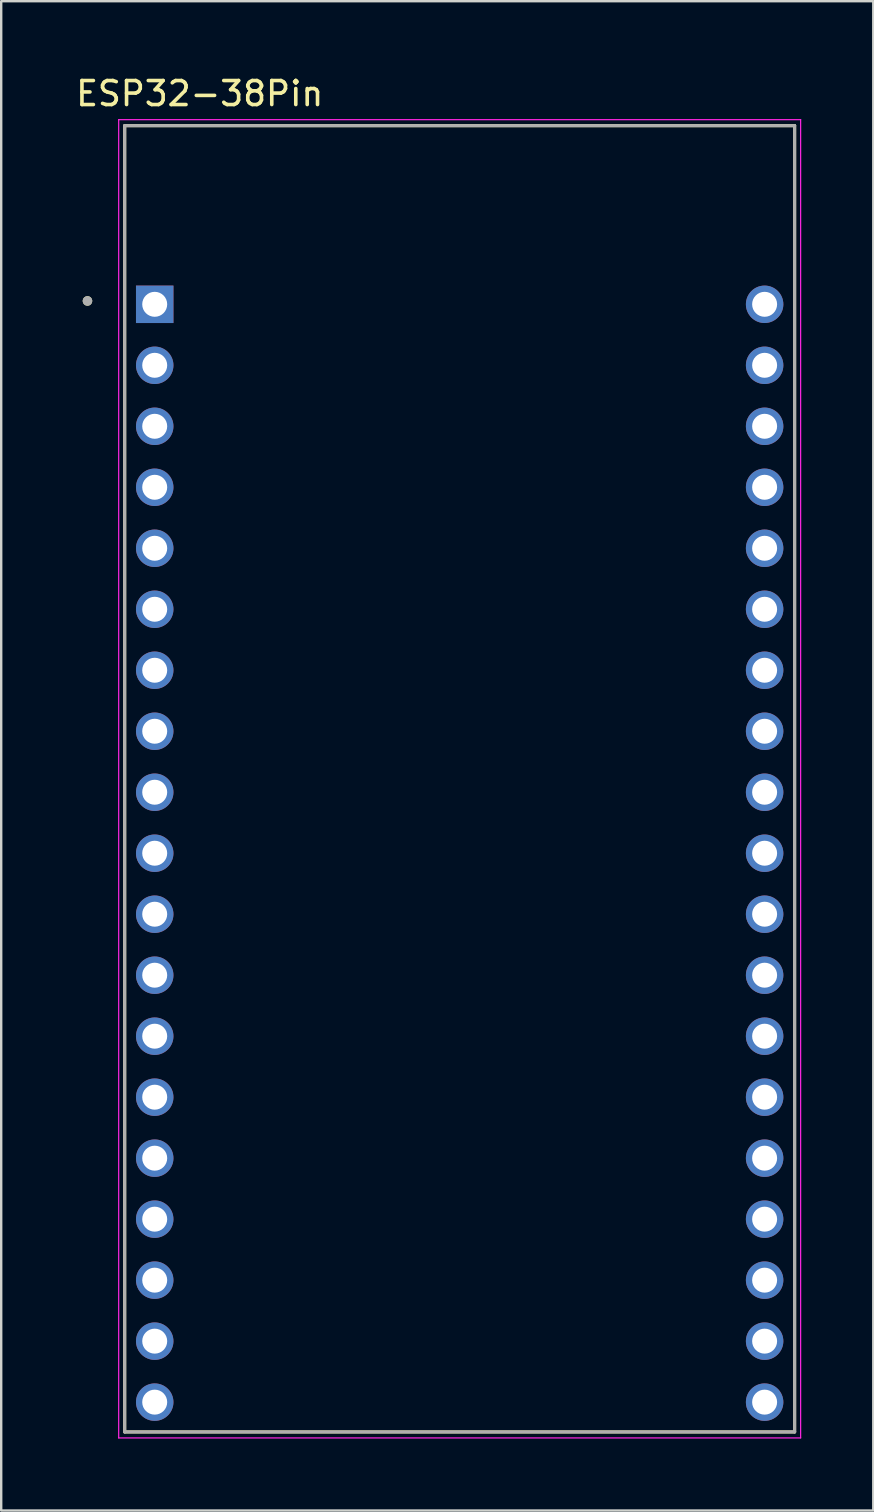
<source format=kicad_pcb>
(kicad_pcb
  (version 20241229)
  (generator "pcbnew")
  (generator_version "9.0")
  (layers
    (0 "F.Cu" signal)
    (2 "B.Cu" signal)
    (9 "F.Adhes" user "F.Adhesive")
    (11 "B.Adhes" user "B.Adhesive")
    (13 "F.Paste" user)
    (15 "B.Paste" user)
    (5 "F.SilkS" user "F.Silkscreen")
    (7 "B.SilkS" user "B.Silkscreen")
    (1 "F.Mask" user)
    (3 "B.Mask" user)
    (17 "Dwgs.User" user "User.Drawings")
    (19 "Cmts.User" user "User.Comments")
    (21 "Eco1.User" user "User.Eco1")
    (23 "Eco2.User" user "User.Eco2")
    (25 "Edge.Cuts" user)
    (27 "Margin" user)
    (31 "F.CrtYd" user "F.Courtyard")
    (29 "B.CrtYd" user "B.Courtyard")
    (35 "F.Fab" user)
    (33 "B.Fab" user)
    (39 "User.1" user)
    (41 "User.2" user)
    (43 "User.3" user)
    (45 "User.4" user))
  (footprint "ESP32-38Pin"
    (layer "F.Cu")
    (at 16.093 32.483)
    (property "Reference" "ESP32-38Pin" (at -10.825 -31.635 0) (layer "F.SilkS") (effects (font (size 1 1) (thickness 0.15))))
    (attr through_hole)
    (fp_line (start -13.95 -30.3) (end 13.95 -30.3) (stroke (width 0.127) (type solid)) (layer "F.SilkS"))
    (fp_line (start -13.95 24.1) (end -13.95 -30.3) (stroke (width 0.127) (type solid)) (layer "F.SilkS"))
    (fp_line (start 13.95 -30.3) (end 13.95 24.1) (stroke (width 0.127) (type solid)) (layer "F.SilkS"))
    (fp_line (start 13.95 24.1) (end -13.95 24.1) (stroke (width 0.127) (type solid)) (layer "F.SilkS"))
    (fp_circle (center -15.5 -23) (end -15.4 -23) (stroke (width 0.2) (type solid)) (fill no) (layer "F.SilkS"))
    (fp_line (start -14.2 -30.55) (end 14.2 -30.55) (stroke (width 0.05) (type solid)) (layer "F.CrtYd"))
    (fp_line (start -14.2 24.35) (end -14.2 -30.55) (stroke (width 0.05) (type solid)) (layer "F.CrtYd"))
    (fp_line (start 14.2 -30.55) (end 14.2 24.35) (stroke (width 0.05) (type solid)) (layer "F.CrtYd"))
    (fp_line (start 14.2 24.35) (end -14.2 24.35) (stroke (width 0.05) (type solid)) (layer "F.CrtYd"))
    (fp_line (start -13.95 -30.3) (end 13.95 -30.3) (stroke (width 0.127) (type solid)) (layer "F.Fab"))
    (fp_line (start -13.95 24.1) (end -13.95 -30.3) (stroke (width 0.127) (type solid)) (layer "F.Fab"))
    (fp_line (start 13.95 -30.3) (end 13.95 24.1) (stroke (width 0.127) (type solid)) (layer "F.Fab"))
    (fp_line (start 13.95 24.1) (end -13.95 24.1) (stroke (width 0.127) (type solid)) (layer "F.Fab"))
    (fp_circle (center -15.5 -23) (end -15.4 -23) (stroke (width 0.2) (type solid)) (fill no) (layer "F.Fab"))
    (pad "1" thru_hole rect (at -12.7 -22.86) (size 1.56 1.56) (drill 1.04) (layers "*.Cu" "*.Mask"))
    (pad "2" thru_hole circle (at -12.7 -20.32) (size 1.56 1.56) (drill 1.04) (layers "*.Cu" "*.Mask"))
    (pad "3" thru_hole circle (at -12.7 -17.78) (size 1.56 1.56) (drill 1.04) (layers "*.Cu" "*.Mask"))
    (pad "4" thru_hole circle (at -12.7 -15.24) (size 1.56 1.56) (drill 1.04) (layers "*.Cu" "*.Mask"))
    (pad "5" thru_hole circle (at -12.7 -12.7) (size 1.56 1.56) (drill 1.04) (layers "*.Cu" "*.Mask"))
    (pad "6" thru_hole circle (at -12.7 -10.16) (size 1.56 1.56) (drill 1.04) (layers "*.Cu" "*.Mask"))
    (pad "7" thru_hole circle (at -12.7 -7.62) (size 1.56 1.56) (drill 1.04) (layers "*.Cu" "*.Mask"))
    (pad "8" thru_hole circle (at -12.7 -5.08) (size 1.56 1.56) (drill 1.04) (layers "*.Cu" "*.Mask"))
    (pad "9" thru_hole circle (at -12.7 -2.54) (size 1.56 1.56) (drill 1.04) (layers "*.Cu" "*.Mask"))
    (pad "10" thru_hole circle (at -12.7 0) (size 1.56 1.56) (drill 1.04) (layers "*.Cu" "*.Mask"))
    (pad "11" thru_hole circle (at -12.7 2.54) (size 1.56 1.56) (drill 1.04) (layers "*.Cu" "*.Mask"))
    (pad "12" thru_hole circle (at -12.7 5.08) (size 1.56 1.56) (drill 1.04) (layers "*.Cu" "*.Mask"))
    (pad "13" thru_hole circle (at -12.7 7.62) (size 1.56 1.56) (drill 1.04) (layers "*.Cu" "*.Mask"))
    (pad "14" thru_hole circle (at -12.7 10.16) (size 1.56 1.56) (drill 1.04) (layers "*.Cu" "*.Mask"))
    (pad "15" thru_hole circle (at -12.7 12.7) (size 1.56 1.56) (drill 1.04) (layers "*.Cu" "*.Mask"))
    (pad "16" thru_hole circle (at -12.7 15.24) (size 1.56 1.56) (drill 1.04) (layers "*.Cu" "*.Mask"))
    (pad "17" thru_hole circle (at -12.7 17.78) (size 1.56 1.56) (drill 1.04) (layers "*.Cu" "*.Mask"))
    (pad "18" thru_hole circle (at -12.7 20.32) (size 1.56 1.56) (drill 1.04) (layers "*.Cu" "*.Mask"))
    (pad "19" thru_hole circle (at -12.7 22.86) (size 1.56 1.56) (drill 1.04) (layers "*.Cu" "*.Mask"))
    (pad "20" thru_hole circle (at 12.7 -22.86) (size 1.56 1.56) (drill 1.04) (layers "*.Cu" "*.Mask"))
    (pad "21" thru_hole circle (at 12.7 -20.32) (size 1.56 1.56) (drill 1.04) (layers "*.Cu" "*.Mask"))
    (pad "22" thru_hole circle (at 12.7 -17.78) (size 1.56 1.56) (drill 1.04) (layers "*.Cu" "*.Mask"))
    (pad "23" thru_hole circle (at 12.7 -15.24) (size 1.56 1.56) (drill 1.04) (layers "*.Cu" "*.Mask"))
    (pad "24" thru_hole circle (at 12.7 -12.7) (size 1.56 1.56) (drill 1.04) (layers "*.Cu" "*.Mask"))
    (pad "25" thru_hole circle (at 12.7 -10.16) (size 1.56 1.56) (drill 1.04) (layers "*.Cu" "*.Mask"))
    (pad "26" thru_hole circle (at 12.7 -7.62) (size 1.56 1.56) (drill 1.04) (layers "*.Cu" "*.Mask"))
    (pad "27" thru_hole circle (at 12.7 -5.08) (size 1.56 1.56) (drill 1.04) (layers "*.Cu" "*.Mask"))
    (pad "28" thru_hole circle (at 12.7 -2.54) (size 1.56 1.56) (drill 1.04) (layers "*.Cu" "*.Mask"))
    (pad "29" thru_hole circle (at 12.7 0) (size 1.56 1.56) (drill 1.04) (layers "*.Cu" "*.Mask"))
    (pad "30" thru_hole circle (at 12.7 2.54) (size 1.56 1.56) (drill 1.04) (layers "*.Cu" "*.Mask"))
    (pad "31" thru_hole circle (at 12.7 5.08) (size 1.56 1.56) (drill 1.04) (layers "*.Cu" "*.Mask"))
    (pad "32" thru_hole circle (at 12.7 7.62) (size 1.56 1.56) (drill 1.04) (layers "*.Cu" "*.Mask"))
    (pad "33" thru_hole circle (at 12.7 10.16) (size 1.56 1.56) (drill 1.04) (layers "*.Cu" "*.Mask"))
    (pad "34" thru_hole circle (at 12.7 12.7) (size 1.56 1.56) (drill 1.04) (layers "*.Cu" "*.Mask"))
    (pad "35" thru_hole circle (at 12.7 15.24) (size 1.56 1.56) (drill 1.04) (layers "*.Cu" "*.Mask"))
    (pad "36" thru_hole circle (at 12.7 17.78) (size 1.56 1.56) (drill 1.04) (layers "*.Cu" "*.Mask"))
    (pad "37" thru_hole circle (at 12.7 20.32) (size 1.56 1.56) (drill 1.04) (layers "*.Cu" "*.Mask"))
    (pad "38" thru_hole circle (at 12.7 22.86) (size 1.56 1.56) (drill 1.04) (layers "*.Cu" "*.Mask")))
  (gr_rect
    (start -3 -3)
    (end 33.318 59.858)
    (stroke (width 0.1) (type default))
    (fill no)
    (layer "Edge.Cuts")))
</source>
